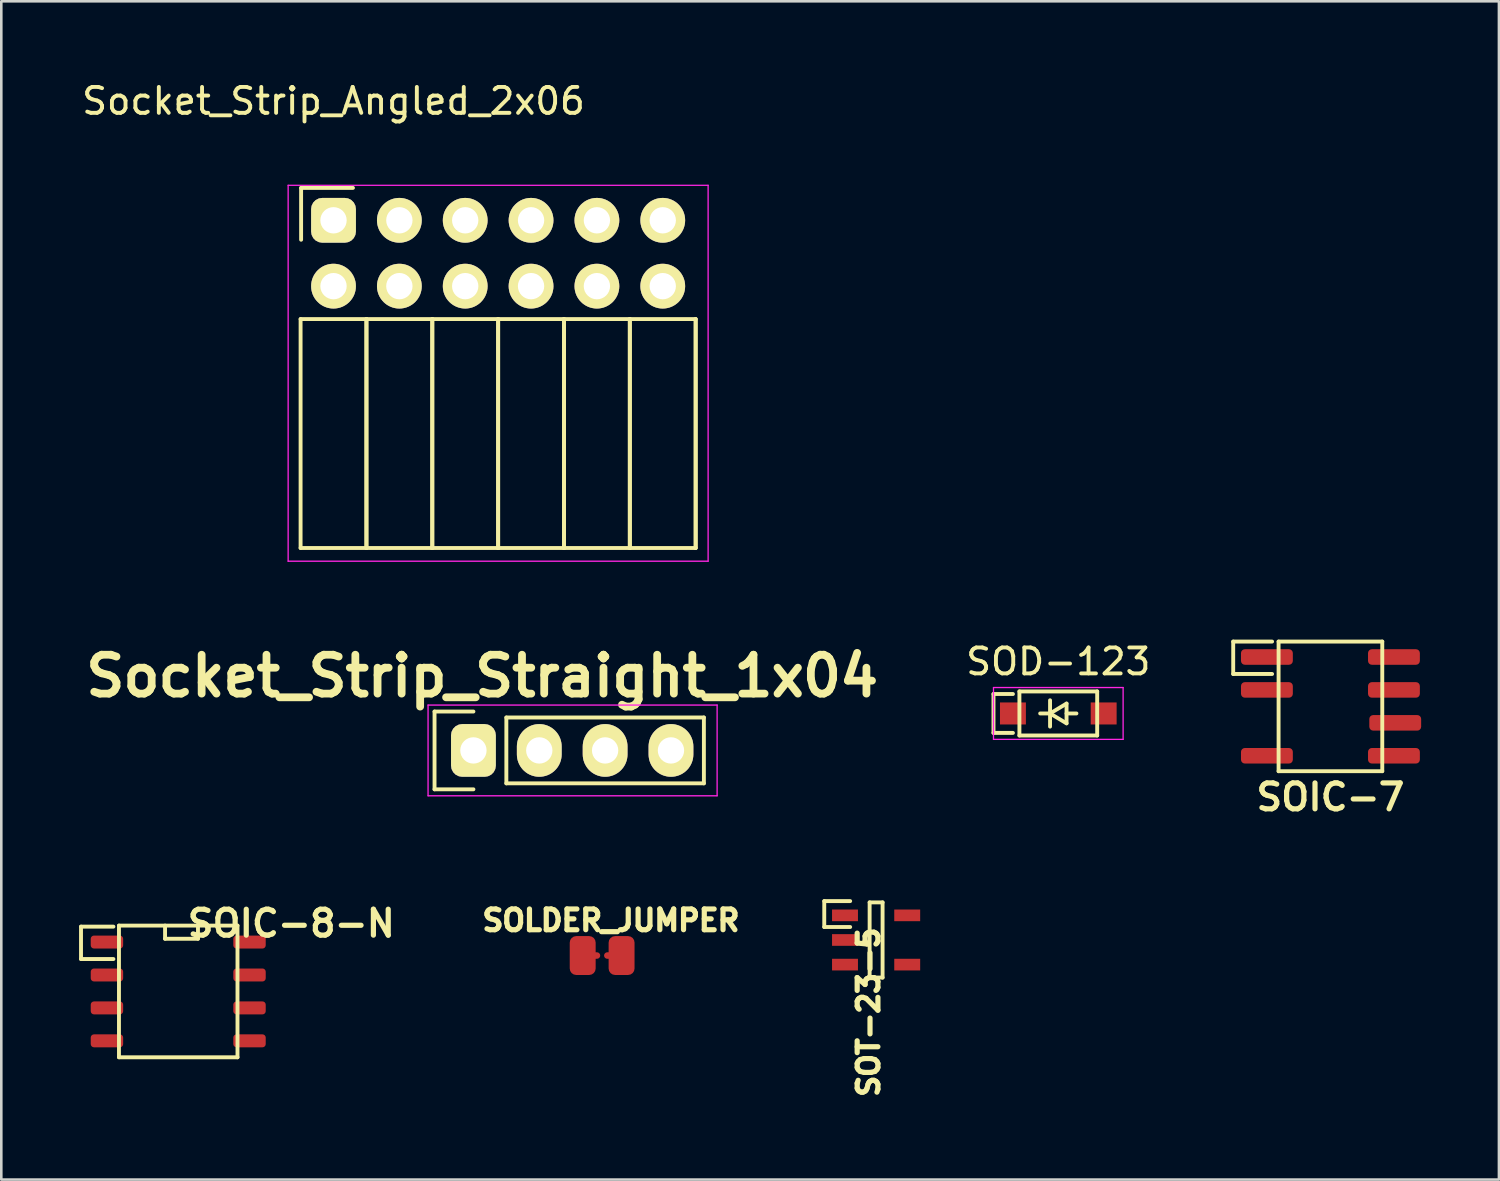
<source format=kicad_pcb>
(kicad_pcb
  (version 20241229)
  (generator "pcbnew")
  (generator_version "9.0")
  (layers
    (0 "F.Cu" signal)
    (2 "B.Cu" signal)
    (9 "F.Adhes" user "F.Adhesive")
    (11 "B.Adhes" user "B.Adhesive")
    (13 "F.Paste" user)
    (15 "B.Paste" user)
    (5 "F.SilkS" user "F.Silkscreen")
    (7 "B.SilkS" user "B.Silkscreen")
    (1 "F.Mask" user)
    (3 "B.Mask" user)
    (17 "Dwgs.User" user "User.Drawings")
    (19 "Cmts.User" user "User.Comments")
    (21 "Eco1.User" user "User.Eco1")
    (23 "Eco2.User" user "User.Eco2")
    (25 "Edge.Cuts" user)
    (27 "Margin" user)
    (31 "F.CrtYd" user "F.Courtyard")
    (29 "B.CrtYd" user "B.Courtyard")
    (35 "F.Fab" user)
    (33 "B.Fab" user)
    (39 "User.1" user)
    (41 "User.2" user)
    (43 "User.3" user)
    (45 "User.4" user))
  (footprint "SOIC-8-N"
    (layer "F.Cu")
    (at 3.825 35.194)
    (property "Reference" "SOIC-8-N" (at 4.362 -2.624 0) (layer "F.SilkS") (effects (font (size 1 1) (thickness 0.2))))
    (attr smd)
    (fp_line (start -3.75 -2.5) (end -2.5 -2.5) (stroke (width 0.15) (type solid)) (layer "F.SilkS"))
    (fp_line (start -3.75 -1.25) (end -3.75 -2.5) (stroke (width 0.15) (type solid)) (layer "F.SilkS"))
    (fp_line (start -2.5 -1.25) (end -3.75 -1.25) (stroke (width 0.15) (type solid)) (layer "F.SilkS"))
    (fp_line (start -2.286 -2.54) (end 2.286 -2.54) (stroke (width 0.15) (type solid)) (layer "F.SilkS"))
    (fp_line (start -2.286 2.54) (end -2.286 -2.54) (stroke (width 0.15) (type solid)) (layer "F.SilkS"))
    (fp_line (start -0.508 -2.032) (end -0.508 -2.54) (stroke (width 0.15) (type solid)) (layer "F.SilkS"))
    (fp_line (start 0.762 -2.54) (end 0.762 -2.032) (stroke (width 0.15) (type solid)) (layer "F.SilkS"))
    (fp_line (start 0.762 -2.032) (end -0.508 -2.032) (stroke (width 0.15) (type solid)) (layer "F.SilkS"))
    (fp_line (start 2.286 -2.54) (end 2.286 2.54) (stroke (width 0.15) (type solid)) (layer "F.SilkS"))
    (fp_line (start 2.286 2.54) (end -2.286 2.54) (stroke (width 0.15) (type solid)) (layer "F.SilkS"))
    (pad "1" smd roundrect (at -2.75 -1.905 270) (size 0.5 1.25) (layers "F.Cu" "F.Mask" "F.Paste") (roundrect_rratio 0.25))
    (pad "2" smd roundrect (at -2.75 -0.635 270) (size 0.5 1.25) (layers "F.Cu" "F.Mask" "F.Paste") (roundrect_rratio 0.25))
    (pad "3" smd roundrect (at -2.75 0.635 270) (size 0.5 1.25) (layers "F.Cu" "F.Mask" "F.Paste") (roundrect_rratio 0.25))
    (pad "4" smd roundrect (at -2.75 1.905 270) (size 0.5 1.25) (layers "F.Cu" "F.Mask" "F.Paste") (roundrect_rratio 0.25))
    (pad "5" smd roundrect (at 2.75 1.905 270) (size 0.5 1.25) (layers "F.Cu" "F.Mask" "F.Paste") (roundrect_rratio 0.25))
    (pad "6" smd roundrect (at 2.75 0.635 270) (size 0.5 1.25) (layers "F.Cu" "F.Mask" "F.Paste") (roundrect_rratio 0.25))
    (pad "7" smd roundrect (at 2.75 -0.635 270) (size 0.5 1.25) (layers "F.Cu" "F.Mask" "F.Paste") (roundrect_rratio 0.25))
    (pad "8" smd roundrect (at 2.75 -1.905 270) (size 0.5 1.25) (layers "F.Cu" "F.Mask" "F.Paste") (roundrect_rratio 0.25)))
  (footprint "Socket_Strip_Straight_1x04"
    (layer "F.Cu")
    (at 15.212 25.897)
    (property "Reference" "Socket_Strip_Straight_1x04" (at 0.338 -2.87 0) (layer "F.SilkS") (effects (font (size 1.5 1.5) (thickness 0.3))))
    (attr through_hole)
    (fp_line (start -1.5 -1.5) (end -1.5 1.5) (stroke (width 0.15) (type solid)) (layer "F.SilkS"))
    (fp_line (start -1.5 1.5) (end 0 1.5) (stroke (width 0.15) (type solid)) (layer "F.SilkS"))
    (fp_line (start 0 -1.5) (end -1.5 -1.5) (stroke (width 0.15) (type solid)) (layer "F.SilkS"))
    (fp_line (start 1.27 -1.27) (end 8.89 -1.27) (stroke (width 0.15) (type solid)) (layer "F.SilkS"))
    (fp_line (start 1.27 1.27) (end 1.27 -1.27) (stroke (width 0.15) (type solid)) (layer "F.SilkS"))
    (fp_line (start 1.27 1.27) (end 8.89 1.27) (stroke (width 0.15) (type solid)) (layer "F.SilkS"))
    (fp_line (start 8.89 -1.27) (end 8.89 1.27) (stroke (width 0.15) (type solid)) (layer "F.SilkS"))
    (fp_line (start -1.75 -1.75) (end -1.75 1.75) (stroke (width 0.05) (type solid)) (layer "F.CrtYd"))
    (fp_line (start -1.75 -1.75) (end 9.4 -1.75) (stroke (width 0.05) (type solid)) (layer "F.CrtYd"))
    (fp_line (start -1.75 1.75) (end 9.4 1.75) (stroke (width 0.05) (type solid)) (layer "F.CrtYd"))
    (fp_line (start 9.4 -1.75) (end 9.4 1.75) (stroke (width 0.05) (type solid)) (layer "F.CrtYd"))
    (pad "1" thru_hole roundrect (at 0 0) (size 1.727 2.032) (drill 1.016) (layers "*.Cu" "*.Mask" "F.SilkS") (roundrect_rratio 0.25))
    (pad "2" thru_hole oval (at 2.54 0) (size 1.727 2.032) (drill 1.016) (layers "*.Cu" "*.Mask" "F.SilkS"))
    (pad "3" thru_hole oval (at 5.08 0) (size 1.727 2.032) (drill 1.016) (layers "*.Cu" "*.Mask" "F.SilkS"))
    (pad "4" thru_hole oval (at 7.62 0) (size 1.727 2.032) (drill 1.016) (layers "*.Cu" "*.Mask" "F.SilkS")))
  (footprint "Socket_Strip_Angled_2x06"
    (layer "F.Cu")
    (at 9.815 5.448)
    (property "Reference" "Socket_Strip_Angled_2x06" (at 0 -4.6 0) (layer "F.SilkS") (effects (font (size 1 1) (thickness 0.15))))
    (attr through_hole)
    (fp_line (start -1.27 3.81) (end -1.27 12.64) (stroke (width 0.15) (type solid)) (layer "F.SilkS"))
    (fp_line (start -1.27 3.81) (end 1.27 3.81) (stroke (width 0.15) (type solid)) (layer "F.SilkS"))
    (fp_line (start -1.27 12.64) (end 1.27 12.64) (stroke (width 0.15) (type solid)) (layer "F.SilkS"))
    (fp_line (start -1.25 -1.25) (end -1.25 0.75) (stroke (width 0.15) (type solid)) (layer "F.SilkS"))
    (fp_line (start 0.75 -1.25) (end -1.25 -1.25) (stroke (width 0.15) (type solid)) (layer "F.SilkS"))
    (fp_line (start 1.27 3.81) (end 1.27 12.64) (stroke (width 0.15) (type solid)) (layer "F.SilkS"))
    (fp_line (start 1.27 3.81) (end 3.81 3.81) (stroke (width 0.15) (type solid)) (layer "F.SilkS"))
    (fp_line (start 1.27 12.64) (end 1.27 3.81) (stroke (width 0.15) (type solid)) (layer "F.SilkS"))
    (fp_line (start 1.27 12.64) (end 3.81 12.64) (stroke (width 0.15) (type solid)) (layer "F.SilkS"))
    (fp_line (start 3.81 3.81) (end 3.81 12.64) (stroke (width 0.15) (type solid)) (layer "F.SilkS"))
    (fp_line (start 3.81 3.81) (end 6.35 3.81) (stroke (width 0.15) (type solid)) (layer "F.SilkS"))
    (fp_line (start 3.81 12.64) (end 3.81 3.81) (stroke (width 0.15) (type solid)) (layer "F.SilkS"))
    (fp_line (start 3.81 12.64) (end 6.35 12.64) (stroke (width 0.15) (type solid)) (layer "F.SilkS"))
    (fp_line (start 6.35 3.81) (end 6.35 12.64) (stroke (width 0.15) (type solid)) (layer "F.SilkS"))
    (fp_line (start 6.35 3.81) (end 8.89 3.81) (stroke (width 0.15) (type solid)) (layer "F.SilkS"))
    (fp_line (start 6.35 12.64) (end 6.35 3.81) (stroke (width 0.15) (type solid)) (layer "F.SilkS"))
    (fp_line (start 6.35 12.64) (end 8.89 12.64) (stroke (width 0.15) (type solid)) (layer "F.SilkS"))
    (fp_line (start 8.89 3.81) (end 8.89 12.64) (stroke (width 0.15) (type solid)) (layer "F.SilkS"))
    (fp_line (start 8.89 3.81) (end 11.43 3.81) (stroke (width 0.15) (type solid)) (layer "F.SilkS"))
    (fp_line (start 8.89 12.64) (end 8.89 3.81) (stroke (width 0.15) (type solid)) (layer "F.SilkS"))
    (fp_line (start 8.89 12.64) (end 11.43 12.64) (stroke (width 0.15) (type solid)) (layer "F.SilkS"))
    (fp_line (start 11.43 3.81) (end 11.43 12.64) (stroke (width 0.15) (type solid)) (layer "F.SilkS"))
    (fp_line (start 11.43 3.81) (end 13.97 3.81) (stroke (width 0.15) (type solid)) (layer "F.SilkS"))
    (fp_line (start 11.43 12.64) (end 11.43 3.81) (stroke (width 0.15) (type solid)) (layer "F.SilkS"))
    (fp_line (start 11.43 12.64) (end 13.97 12.64) (stroke (width 0.15) (type solid)) (layer "F.SilkS"))
    (fp_line (start 13.97 3.81) (end 13.97 12.64) (stroke (width 0.15) (type solid)) (layer "F.SilkS"))
    (fp_line (start 13.97 12.64) (end 13.97 3.81) (stroke (width 0.15) (type solid)) (layer "F.SilkS"))
    (fp_line (start -1.75 -1.35) (end -1.75 13.15) (stroke (width 0.05) (type solid)) (layer "F.CrtYd"))
    (fp_line (start -1.75 -1.35) (end 14.45 -1.35) (stroke (width 0.05) (type solid)) (layer "F.CrtYd"))
    (fp_line (start -1.75 13.15) (end 14.45 13.15) (stroke (width 0.05) (type solid)) (layer "F.CrtYd"))
    (fp_line (start 14.45 -1.35) (end 14.45 13.15) (stroke (width 0.05) (type solid)) (layer "F.CrtYd"))
    (pad "1" thru_hole roundrect (at 0 0) (size 1.727 1.727) (drill 1.016) (layers "*.Cu" "*.Mask" "F.SilkS") (roundrect_rratio 0.25))
    (pad "2" thru_hole oval (at 0 2.54) (size 1.727 1.727) (drill 1.016) (layers "*.Cu" "*.Mask" "F.SilkS"))
    (pad "3" thru_hole oval (at 2.54 0) (size 1.727 1.727) (drill 1.016) (layers "*.Cu" "*.Mask" "F.SilkS"))
    (pad "4" thru_hole oval (at 2.54 2.54) (size 1.727 1.727) (drill 1.016) (layers "*.Cu" "*.Mask" "F.SilkS"))
    (pad "5" thru_hole oval (at 5.08 0) (size 1.727 1.727) (drill 1.016) (layers "*.Cu" "*.Mask" "F.SilkS"))
    (pad "6" thru_hole oval (at 5.08 2.54) (size 1.727 1.727) (drill 1.016) (layers "*.Cu" "*.Mask" "F.SilkS"))
    (pad "7" thru_hole oval (at 7.62 0) (size 1.727 1.727) (drill 1.016) (layers "*.Cu" "*.Mask" "F.SilkS"))
    (pad "8" thru_hole oval (at 7.62 2.54) (size 1.727 1.727) (drill 1.016) (layers "*.Cu" "*.Mask" "F.SilkS"))
    (pad "9" thru_hole oval (at 10.16 0) (size 1.727 1.727) (drill 1.016) (layers "*.Cu" "*.Mask" "F.SilkS"))
    (pad "10" thru_hole oval (at 10.16 2.54) (size 1.727 1.727) (drill 1.016) (layers "*.Cu" "*.Mask" "F.SilkS"))
    (pad "11" thru_hole oval (at 12.7 0) (size 1.727 1.727) (drill 1.016) (layers "*.Cu" "*.Mask" "F.SilkS"))
    (pad "12" thru_hole oval (at 12.7 2.54) (size 1.727 1.727) (drill 1.016) (layers "*.Cu" "*.Mask" "F.SilkS")))
  (footprint "SOIC-7"
    (layer "F.Cu")
    (at 48.27 24.198)
    (property "Reference" "SOIC-7" (at 0 3.5 0) (layer "F.SilkS") (effects (font (size 1 1) (thickness 0.2))))
    (attr smd)
    (fp_line (start -3.75 -2.5) (end -3.75 -1.25) (stroke (width 0.15) (type solid)) (layer "F.SilkS"))
    (fp_line (start -3.75 -1.25) (end -2.25 -1.25) (stroke (width 0.15) (type solid)) (layer "F.SilkS"))
    (fp_line (start -2.25 -2.5) (end -3.75 -2.5) (stroke (width 0.15) (type solid)) (layer "F.SilkS"))
    (fp_line (start -2 -2.5) (end -2 2.5) (stroke (width 0.15) (type solid)) (layer "F.SilkS"))
    (fp_line (start -2 2.5) (end 2 2.5) (stroke (width 0.15) (type solid)) (layer "F.SilkS"))
    (fp_line (start 2 -2.5) (end -2 -2.5) (stroke (width 0.15) (type solid)) (layer "F.SilkS"))
    (fp_line (start 2 2.5) (end 2 -2.5) (stroke (width 0.15) (type solid)) (layer "F.SilkS"))
    (pad "1" smd roundrect (at -2.45 -1.905 270) (size 0.6 2) (layers "F.Cu" "F.Mask" "F.Paste") (roundrect_rratio 0.25))
    (pad "2" smd roundrect (at -2.45 -0.635 270) (size 0.6 2) (layers "F.Cu" "F.Mask" "F.Paste") (roundrect_rratio 0.25))
    (pad "4" smd roundrect (at -2.45 1.905 270) (size 0.6 2) (layers "F.Cu" "F.Mask" "F.Paste") (roundrect_rratio 0.25))
    (pad "5" smd roundrect (at 2.45 1.905 270) (size 0.6 2) (layers "F.Cu" "F.Mask" "F.Paste") (roundrect_rratio 0.25))
    (pad "6" smd roundrect (at 2.5 0.635 270) (size 0.6 2) (layers "F.Cu" "F.Mask" "F.Paste") (roundrect_rratio 0.25))
    (pad "7" smd roundrect (at 2.45 -0.635 270) (size 0.6 2) (layers "F.Cu" "F.Mask" "F.Paste") (roundrect_rratio 0.25))
    (pad "8" smd roundrect (at 2.45 -1.905 270) (size 0.6 2) (layers "F.Cu" "F.Mask" "F.Paste") (roundrect_rratio 0.25)))
  (footprint "SOLDER_JUMPER"
    (layer "F.Cu")
    (at 20.177 33.809)
    (property "Reference" "SOLDER_JUMPER" (at 0.34 -1.356 0) (layer "F.SilkS") (effects (font (size 0.8 0.8) (thickness 0.2))))
    (attr smd)
    (fp_line (start -0.75 0) (end -0.2 0) (stroke (width 0.25) (type solid)) (layer "F.Cu"))
    (fp_line (start 0.75 0) (end 0.2 0) (stroke (width 0.25) (type solid)) (layer "F.Cu"))
    (fp_line (start -0.75 0) (end 0.75 0) (stroke (width 0.45) (type solid)) (layer "F.Mask"))
    (pad "1" smd roundrect (at -0.75 0) (size 1 1.5) (layers "F.Cu" "F.Mask") (roundrect_rratio 0.25))
    (pad "2" smd roundrect (at 0.75 0) (size 1 1.5) (layers "F.Cu" "F.Mask") (roundrect_rratio 0.25)))
  (footprint "SOD-123"
    (layer "F.Cu")
    (at 37.773 24.471)
    (property "Reference" "SOD-123" (at 0 -2 0) (layer "F.SilkS") (effects (font (size 1 1) (thickness 0.15))))
    (attr smd)
    (fp_line (start -2.5 -0.75) (end -2.5 0.75) (stroke (width 0.15) (type solid)) (layer "F.SilkS"))
    (fp_line (start -2.5 0.75) (end -1.75 0.75) (stroke (width 0.15) (type solid)) (layer "F.SilkS"))
    (fp_line (start -1.75 -0.75) (end -2.5 -0.75) (stroke (width 0.15) (type solid)) (layer "F.SilkS"))
    (fp_line (start -1.5 -0.85) (end -1.5 0.85) (stroke (width 0.15) (type solid)) (layer "F.SilkS"))
    (fp_line (start -1.5 -0.85) (end 1.5 -0.85) (stroke (width 0.15) (type solid)) (layer "F.SilkS"))
    (fp_line (start -1.5 0.85) (end 1.5 0.85) (stroke (width 0.15) (type solid)) (layer "F.SilkS"))
    (fp_line (start -0.699 0) (end -0.318 0) (stroke (width 0.15) (type solid)) (layer "F.SilkS"))
    (fp_line (start -0.318 -0.508) (end -0.318 0.508) (stroke (width 0.15) (type solid)) (layer "F.SilkS"))
    (fp_line (start -0.318 0) (end 0.318 -0.381) (stroke (width 0.15) (type solid)) (layer "F.SilkS"))
    (fp_line (start 0.318 -0.381) (end 0.318 0.381) (stroke (width 0.15) (type solid)) (layer "F.SilkS"))
    (fp_line (start 0.318 0) (end 0.699 0) (stroke (width 0.15) (type solid)) (layer "F.SilkS"))
    (fp_line (start 0.318 0.381) (end -0.318 0) (stroke (width 0.15) (type solid)) (layer "F.SilkS"))
    (fp_line (start 1.5 -0.85) (end 1.5 0.85) (stroke (width 0.15) (type solid)) (layer "F.SilkS"))
    (fp_line (start -2.5 -1) (end -2.5 1) (stroke (width 0.05) (type solid)) (layer "F.CrtYd"))
    (fp_line (start -2.5 -1) (end 2.5 -1) (stroke (width 0.05) (type solid)) (layer "F.CrtYd"))
    (fp_line (start 2.5 -1) (end 2.5 1) (stroke (width 0.05) (type solid)) (layer "F.CrtYd"))
    (fp_line (start 2.5 1) (end -2.5 1) (stroke (width 0.05) (type solid)) (layer "F.CrtYd"))
    (pad "1" smd rect (at -1.75 0) (size 1 0.85) (layers "F.Cu" "F.Mask" "F.Paste"))
    (pad "2" smd rect (at 1.75 0) (size 1 0.85) (layers "F.Cu" "F.Mask" "F.Paste")))
  (footprint "SOT-23-5"
    (layer "F.Cu")
    (at 30.745 33.209)
    (property "Reference" "SOT-23-5" (at -0.29 2.784 90) (layer "F.SilkS") (effects (font (size 0.8 0.8) (thickness 0.2))))
    (attr smd)
    (fp_line (start -2 -1.5) (end -2 -0.5) (stroke (width 0.15) (type solid)) (layer "F.SilkS"))
    (fp_line (start -2 -0.5) (end -1 -0.5) (stroke (width 0.15) (type solid)) (layer "F.SilkS"))
    (fp_line (start -1 -1.5) (end -2 -1.5) (stroke (width 0.15) (type solid)) (layer "F.SilkS"))
    (fp_line (start -0.25 -1.45) (end -0.25 1.45) (stroke (width 0.15) (type solid)) (layer "F.SilkS"))
    (fp_line (start -0.25 1.45) (end 0.25 1.45) (stroke (width 0.15) (type solid)) (layer "F.SilkS"))
    (fp_line (start 0.25 -1.45) (end -0.25 -1.45) (stroke (width 0.15) (type solid)) (layer "F.SilkS"))
    (fp_line (start 0.25 1.45) (end 0.25 -1.45) (stroke (width 0.15) (type solid)) (layer "F.SilkS"))
    (pad "1" smd rect (at -1.2 -0.95) (size 1 0.45) (layers "F.Cu" "F.Mask" "F.Paste"))
    (pad "2" smd rect (at -1.2 0) (size 1 0.45) (layers "F.Cu" "F.Mask" "F.Paste"))
    (pad "3" smd rect (at -1.2 0.95) (size 1 0.45) (layers "F.Cu" "F.Mask" "F.Paste"))
    (pad "4" smd rect (at 1.2 0.95) (size 1 0.45) (layers "F.Cu" "F.Mask" "F.Paste"))
    (pad "5" smd rect (at 1.2 -0.95) (size 1 0.45) (layers "F.Cu" "F.Mask" "F.Paste")))
  (gr_rect
    (start -3 -3)
    (end 54.77 42.451)
    (stroke (width 0.1) (type default))
    (fill no)
    (layer "Edge.Cuts")))
</source>
